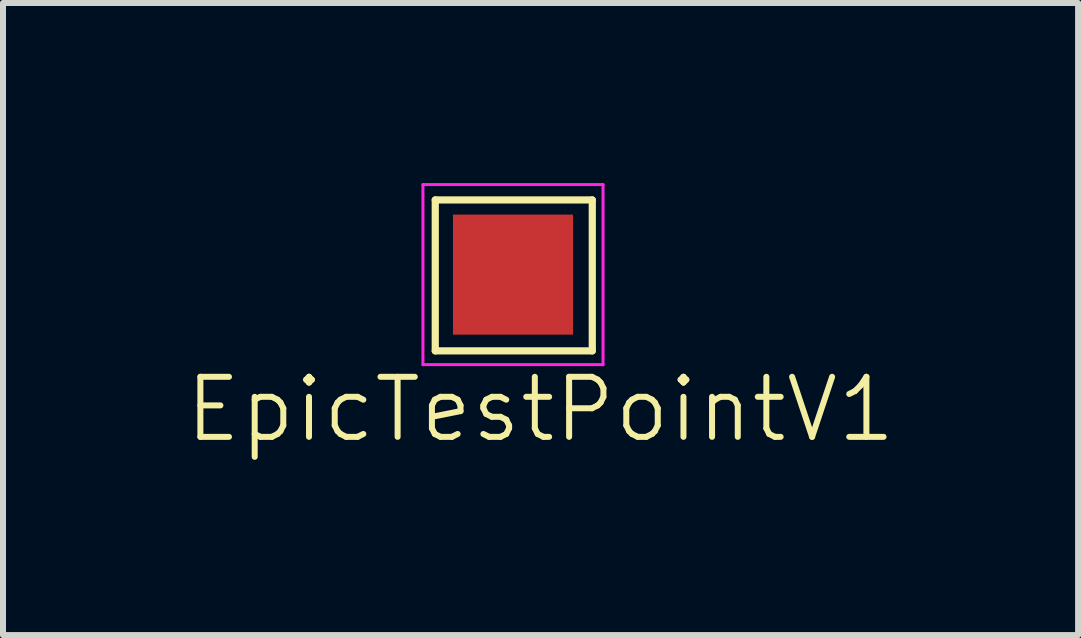
<source format=kicad_pcb>
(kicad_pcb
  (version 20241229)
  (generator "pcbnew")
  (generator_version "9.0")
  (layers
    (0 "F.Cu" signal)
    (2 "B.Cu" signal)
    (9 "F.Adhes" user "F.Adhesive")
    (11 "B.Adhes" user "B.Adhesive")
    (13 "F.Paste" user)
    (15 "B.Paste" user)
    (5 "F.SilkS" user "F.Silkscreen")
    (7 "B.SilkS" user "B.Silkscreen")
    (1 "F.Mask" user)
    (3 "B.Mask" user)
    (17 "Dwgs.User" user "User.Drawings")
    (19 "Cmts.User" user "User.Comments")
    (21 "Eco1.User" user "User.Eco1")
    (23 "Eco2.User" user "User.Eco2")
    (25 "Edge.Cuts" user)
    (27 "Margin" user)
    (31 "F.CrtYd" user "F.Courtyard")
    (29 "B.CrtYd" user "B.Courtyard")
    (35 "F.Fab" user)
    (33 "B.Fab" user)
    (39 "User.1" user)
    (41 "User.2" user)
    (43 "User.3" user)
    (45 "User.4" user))
  (footprint "EpicTestPointV1"
    (layer "F.Cu")
    (at 5.955 4.27)
    (property "Reference" "EpicTestPointV1" (at 0 -0.5 0) (unlocked yes) (layer "F.SilkS") (effects (font (size 1 1) (thickness 0.1))))
    (attr smd)
    (fp_line (start -1.754 -3.989) (end 0.862 -3.989) (stroke (width 0.12) (type solid)) (layer "F.SilkS"))
    (fp_line (start -1.754 -1.475) (end -1.754 -3.989) (stroke (width 0.12) (type solid)) (layer "F.SilkS"))
    (fp_line (start 0.862 -3.989) (end 0.862 -1.475) (stroke (width 0.12) (type solid)) (layer "F.SilkS"))
    (fp_line (start 0.862 -1.475) (end -1.754 -1.475) (stroke (width 0.12) (type solid)) (layer "F.SilkS"))
    (fp_line (start -1.959 -4.245) (end -1.959 -1.245) (stroke (width 0.05) (type solid)) (layer "F.CrtYd"))
    (fp_line (start -1.959 -4.245) (end 1.041 -4.245) (stroke (width 0.05) (type solid)) (layer "F.CrtYd"))
    (fp_line (start 1.041 -1.245) (end -1.959 -1.245) (stroke (width 0.05) (type solid)) (layer "F.CrtYd"))
    (fp_line (start 1.041 -1.245) (end 1.041 -4.245) (stroke (width 0.05) (type solid)) (layer "F.CrtYd"))
    (pad "1" smd rect (at -0.459 -2.745) (size 2 2) (layers "F.Cu" "F.Mask")))
  (gr_rect
    (start -3 -3)
    (end 14.91 7.53)
    (stroke (width 0.1) (type default))
    (fill no)
    (layer "Edge.Cuts")))
</source>
